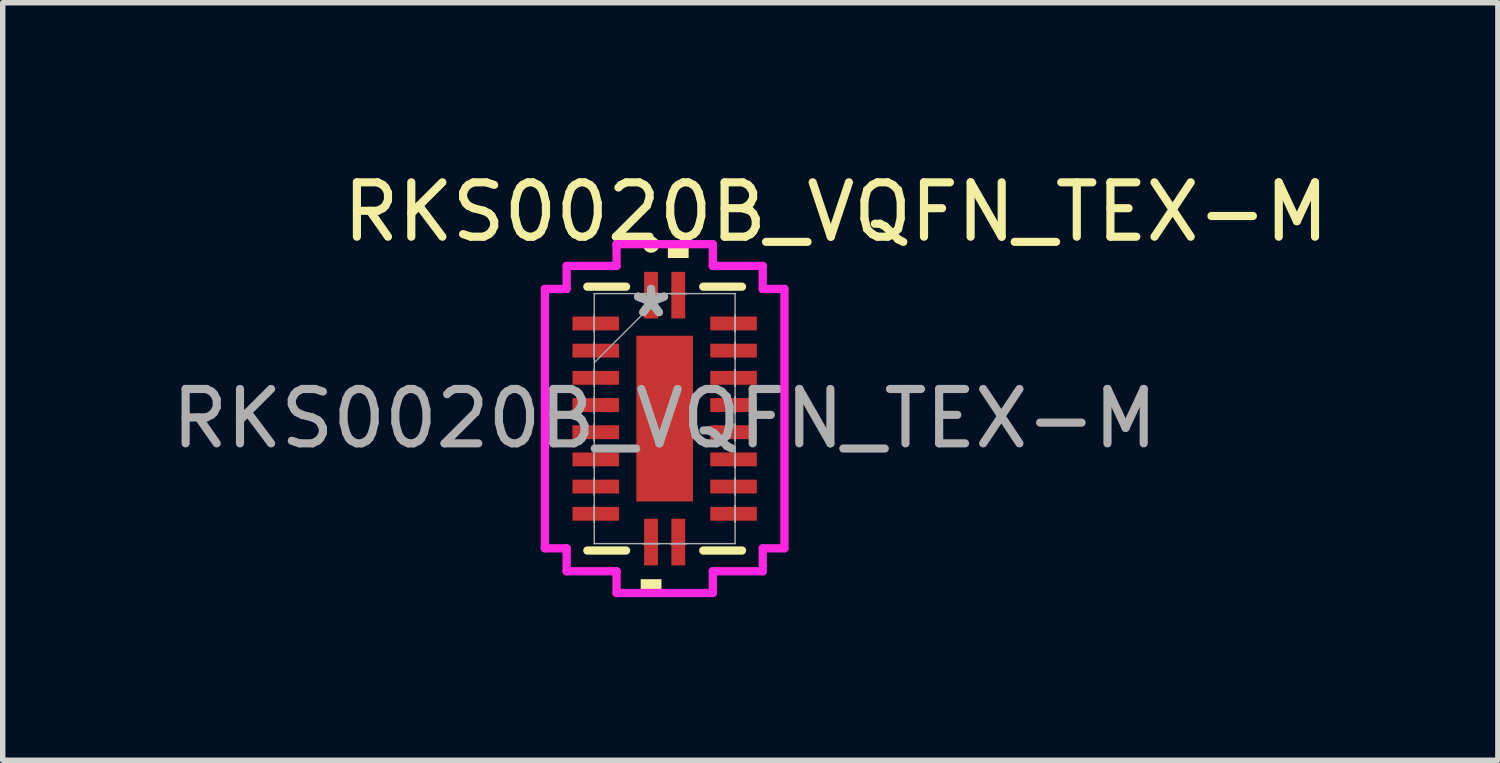
<source format=kicad_pcb>
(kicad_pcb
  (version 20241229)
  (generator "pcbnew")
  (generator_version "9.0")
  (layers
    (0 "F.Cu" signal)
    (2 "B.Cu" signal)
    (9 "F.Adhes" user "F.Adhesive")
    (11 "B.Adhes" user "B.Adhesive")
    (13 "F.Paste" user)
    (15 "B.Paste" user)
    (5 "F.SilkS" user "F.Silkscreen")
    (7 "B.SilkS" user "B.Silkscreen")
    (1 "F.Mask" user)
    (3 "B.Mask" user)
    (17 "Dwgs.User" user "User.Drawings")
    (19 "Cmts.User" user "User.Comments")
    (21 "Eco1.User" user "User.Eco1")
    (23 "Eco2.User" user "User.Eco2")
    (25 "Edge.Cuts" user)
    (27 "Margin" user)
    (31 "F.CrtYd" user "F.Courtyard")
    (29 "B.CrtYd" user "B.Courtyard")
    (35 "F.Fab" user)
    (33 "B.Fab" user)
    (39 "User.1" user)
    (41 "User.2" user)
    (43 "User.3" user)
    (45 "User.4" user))
  (footprint "RKS0020B_VQFN_TEX-M"
    (layer "F.Cu")
    (at 9.173 4.648)
    (property "Reference" "RKS0020B_VQFN_TEX-M" (at 3.15 -3.8 0) (unlocked yes) (layer "F.SilkS") (effects (font (size 1 1) (thickness 0.15))))
    (attr smd)
    (fp_line (start -1.422 2.426) (end -0.71 2.426) (stroke (width 0.152) (type solid)) (layer "F.SilkS"))
    (fp_line (start -0.71 -2.426) (end -1.422 -2.426) (stroke (width 0.152) (type solid)) (layer "F.SilkS"))
    (fp_line (start 0.71 2.426) (end 1.422 2.426) (stroke (width 0.152) (type solid)) (layer "F.SilkS"))
    (fp_line (start 1.422 -2.426) (end 0.71 -2.426) (stroke (width 0.152) (type solid)) (layer "F.SilkS"))
    (fp_circle (center -0.25 -3.2) (end -0.15 -3.2) (stroke (width 0.1) (type solid)) (fill yes) (layer "F.SilkS"))
    (fp_poly (pts (xy -0.441 2.953) (xy -0.441 3.207) (xy -0.059 3.207) (xy -0.059 2.953)) (stroke (width 0) (type solid)) (fill yes) (layer "F.SilkS"))
    (fp_poly (pts (xy 0.059 -2.953) (xy 0.059 -3.207) (xy 0.441 -3.207) (xy 0.441 -2.953)) (stroke (width 0) (type solid)) (fill yes) (layer "F.SilkS"))
    (fp_poly (pts (xy -0.421 -1.424) (xy -0.421 -0.1) (xy 0.421 -0.1) (xy 0.421 -1.424)) (stroke (width 0) (type solid)) (fill yes) (layer "F.Paste"))
    (fp_poly (pts (xy -0.421 0.1) (xy -0.421 1.424) (xy 0.421 1.424) (xy 0.421 0.1)) (stroke (width 0) (type solid)) (fill yes) (layer "F.Paste"))
    (fp_line (start -2.203 -2.385) (end -1.803 -2.385) (stroke (width 0.152) (type solid)) (layer "F.CrtYd"))
    (fp_line (start -2.203 2.385) (end -2.203 -2.385) (stroke (width 0.152) (type solid)) (layer "F.CrtYd"))
    (fp_line (start -1.803 -2.807) (end -0.885 -2.807) (stroke (width 0.152) (type solid)) (layer "F.CrtYd"))
    (fp_line (start -1.803 -2.385) (end -1.803 -2.807) (stroke (width 0.152) (type solid)) (layer "F.CrtYd"))
    (fp_line (start -1.803 2.385) (end -2.203 2.385) (stroke (width 0.152) (type solid)) (layer "F.CrtYd"))
    (fp_line (start -1.803 2.807) (end -1.803 2.385) (stroke (width 0.152) (type solid)) (layer "F.CrtYd"))
    (fp_line (start -0.885 -3.207) (end 0.885 -3.207) (stroke (width 0.152) (type solid)) (layer "F.CrtYd"))
    (fp_line (start -0.885 -2.807) (end -0.885 -3.207) (stroke (width 0.152) (type solid)) (layer "F.CrtYd"))
    (fp_line (start -0.885 2.807) (end -1.803 2.807) (stroke (width 0.152) (type solid)) (layer "F.CrtYd"))
    (fp_line (start -0.885 3.207) (end -0.885 2.807) (stroke (width 0.152) (type solid)) (layer "F.CrtYd"))
    (fp_line (start 0.885 -3.207) (end 0.885 -2.807) (stroke (width 0.152) (type solid)) (layer "F.CrtYd"))
    (fp_line (start 0.885 -2.807) (end 1.803 -2.807) (stroke (width 0.152) (type solid)) (layer "F.CrtYd"))
    (fp_line (start 0.885 2.807) (end 0.885 3.207) (stroke (width 0.152) (type solid)) (layer "F.CrtYd"))
    (fp_line (start 0.885 3.207) (end -0.885 3.207) (stroke (width 0.152) (type solid)) (layer "F.CrtYd"))
    (fp_line (start 1.803 -2.807) (end 1.803 -2.385) (stroke (width 0.152) (type solid)) (layer "F.CrtYd"))
    (fp_line (start 1.803 -2.385) (end 2.203 -2.385) (stroke (width 0.152) (type solid)) (layer "F.CrtYd"))
    (fp_line (start 1.803 2.385) (end 1.803 2.807) (stroke (width 0.152) (type solid)) (layer "F.CrtYd"))
    (fp_line (start 1.803 2.807) (end 0.885 2.807) (stroke (width 0.152) (type solid)) (layer "F.CrtYd"))
    (fp_line (start 2.203 -2.385) (end 2.203 2.385) (stroke (width 0.152) (type solid)) (layer "F.CrtYd"))
    (fp_line (start 2.203 2.385) (end 1.803 2.385) (stroke (width 0.152) (type solid)) (layer "F.CrtYd"))
    (fp_line (start -1.295 -2.299) (end -1.295 -2.299) (stroke (width 0.025) (type solid)) (layer "F.Fab"))
    (fp_line (start -1.295 -2.299) (end -1.295 2.299) (stroke (width 0.025) (type solid)) (layer "F.Fab"))
    (fp_line (start -1.295 -1.902) (end -1.295 -1.902) (stroke (width 0.025) (type solid)) (layer "F.Fab"))
    (fp_line (start -1.295 -1.902) (end -1.295 -1.598) (stroke (width 0.025) (type solid)) (layer "F.Fab"))
    (fp_line (start -1.295 -1.598) (end -1.295 -1.902) (stroke (width 0.025) (type solid)) (layer "F.Fab"))
    (fp_line (start -1.295 -1.598) (end -1.295 -1.598) (stroke (width 0.025) (type solid)) (layer "F.Fab"))
    (fp_line (start -1.295 -1.402) (end -1.295 -1.402) (stroke (width 0.025) (type solid)) (layer "F.Fab"))
    (fp_line (start -1.295 -1.402) (end -1.295 -1.098) (stroke (width 0.025) (type solid)) (layer "F.Fab"))
    (fp_line (start -1.295 -1.098) (end -1.295 -1.402) (stroke (width 0.025) (type solid)) (layer "F.Fab"))
    (fp_line (start -1.295 -1.098) (end -1.295 -1.098) (stroke (width 0.025) (type solid)) (layer "F.Fab"))
    (fp_line (start -1.295 -1.029) (end -0.025 -2.299) (stroke (width 0.025) (type solid)) (layer "F.Fab"))
    (fp_line (start -1.295 -0.902) (end -1.295 -0.902) (stroke (width 0.025) (type solid)) (layer "F.Fab"))
    (fp_line (start -1.295 -0.902) (end -1.295 -0.598) (stroke (width 0.025) (type solid)) (layer "F.Fab"))
    (fp_line (start -1.295 -0.598) (end -1.295 -0.902) (stroke (width 0.025) (type solid)) (layer "F.Fab"))
    (fp_line (start -1.295 -0.598) (end -1.295 -0.598) (stroke (width 0.025) (type solid)) (layer "F.Fab"))
    (fp_line (start -1.295 -0.402) (end -1.295 -0.402) (stroke (width 0.025) (type solid)) (layer "F.Fab"))
    (fp_line (start -1.295 -0.402) (end -1.295 -0.098) (stroke (width 0.025) (type solid)) (layer "F.Fab"))
    (fp_line (start -1.295 -0.098) (end -1.295 -0.402) (stroke (width 0.025) (type solid)) (layer "F.Fab"))
    (fp_line (start -1.295 -0.098) (end -1.295 -0.098) (stroke (width 0.025) (type solid)) (layer "F.Fab"))
    (fp_line (start -1.295 0.098) (end -1.295 0.098) (stroke (width 0.025) (type solid)) (layer "F.Fab"))
    (fp_line (start -1.295 0.098) (end -1.295 0.402) (stroke (width 0.025) (type solid)) (layer "F.Fab"))
    (fp_line (start -1.295 0.402) (end -1.295 0.098) (stroke (width 0.025) (type solid)) (layer "F.Fab"))
    (fp_line (start -1.295 0.402) (end -1.295 0.402) (stroke (width 0.025) (type solid)) (layer "F.Fab"))
    (fp_line (start -1.295 0.598) (end -1.295 0.598) (stroke (width 0.025) (type solid)) (layer "F.Fab"))
    (fp_line (start -1.295 0.598) (end -1.295 0.902) (stroke (width 0.025) (type solid)) (layer "F.Fab"))
    (fp_line (start -1.295 0.902) (end -1.295 0.598) (stroke (width 0.025) (type solid)) (layer "F.Fab"))
    (fp_line (start -1.295 0.902) (end -1.295 0.902) (stroke (width 0.025) (type solid)) (layer "F.Fab"))
    (fp_line (start -1.295 1.098) (end -1.295 1.098) (stroke (width 0.025) (type solid)) (layer "F.Fab"))
    (fp_line (start -1.295 1.098) (end -1.295 1.402) (stroke (width 0.025) (type solid)) (layer "F.Fab"))
    (fp_line (start -1.295 1.402) (end -1.295 1.098) (stroke (width 0.025) (type solid)) (layer "F.Fab"))
    (fp_line (start -1.295 1.402) (end -1.295 1.402) (stroke (width 0.025) (type solid)) (layer "F.Fab"))
    (fp_line (start -1.295 1.598) (end -1.295 1.598) (stroke (width 0.025) (type solid)) (layer "F.Fab"))
    (fp_line (start -1.295 1.598) (end -1.295 1.902) (stroke (width 0.025) (type solid)) (layer "F.Fab"))
    (fp_line (start -1.295 1.902) (end -1.295 1.598) (stroke (width 0.025) (type solid)) (layer "F.Fab"))
    (fp_line (start -1.295 1.902) (end -1.295 1.902) (stroke (width 0.025) (type solid)) (layer "F.Fab"))
    (fp_line (start -1.295 2.299) (end -1.295 2.299) (stroke (width 0.025) (type solid)) (layer "F.Fab"))
    (fp_line (start -1.295 2.299) (end 1.295 2.299) (stroke (width 0.025) (type solid)) (layer "F.Fab"))
    (fp_line (start -0.402 -2.299) (end -0.402 -2.299) (stroke (width 0.025) (type solid)) (layer "F.Fab"))
    (fp_line (start -0.402 -2.299) (end -0.098 -2.299) (stroke (width 0.025) (type solid)) (layer "F.Fab"))
    (fp_line (start -0.402 2.299) (end -0.402 2.299) (stroke (width 0.025) (type solid)) (layer "F.Fab"))
    (fp_line (start -0.402 2.299) (end -0.098 2.299) (stroke (width 0.025) (type solid)) (layer "F.Fab"))
    (fp_line (start -0.098 -2.299) (end -0.402 -2.299) (stroke (width 0.025) (type solid)) (layer "F.Fab"))
    (fp_line (start -0.098 -2.299) (end -0.098 -2.299) (stroke (width 0.025) (type solid)) (layer "F.Fab"))
    (fp_line (start -0.098 2.299) (end -0.402 2.299) (stroke (width 0.025) (type solid)) (layer "F.Fab"))
    (fp_line (start -0.098 2.299) (end -0.098 2.299) (stroke (width 0.025) (type solid)) (layer "F.Fab"))
    (fp_line (start 0.098 -2.299) (end 0.098 -2.299) (stroke (width 0.025) (type solid)) (layer "F.Fab"))
    (fp_line (start 0.098 -2.299) (end 0.402 -2.299) (stroke (width 0.025) (type solid)) (layer "F.Fab"))
    (fp_line (start 0.098 2.299) (end 0.098 2.299) (stroke (width 0.025) (type solid)) (layer "F.Fab"))
    (fp_line (start 0.098 2.299) (end 0.402 2.299) (stroke (width 0.025) (type solid)) (layer "F.Fab"))
    (fp_line (start 0.402 -2.299) (end 0.098 -2.299) (stroke (width 0.025) (type solid)) (layer "F.Fab"))
    (fp_line (start 0.402 -2.299) (end 0.402 -2.299) (stroke (width 0.025) (type solid)) (layer "F.Fab"))
    (fp_line (start 0.402 2.299) (end 0.098 2.299) (stroke (width 0.025) (type solid)) (layer "F.Fab"))
    (fp_line (start 0.402 2.299) (end 0.402 2.299) (stroke (width 0.025) (type solid)) (layer "F.Fab"))
    (fp_line (start 1.295 -2.299) (end -1.295 -2.299) (stroke (width 0.025) (type solid)) (layer "F.Fab"))
    (fp_line (start 1.295 -2.299) (end 1.295 -2.299) (stroke (width 0.025) (type solid)) (layer "F.Fab"))
    (fp_line (start 1.295 -1.902) (end 1.295 -1.902) (stroke (width 0.025) (type solid)) (layer "F.Fab"))
    (fp_line (start 1.295 -1.902) (end 1.295 -1.598) (stroke (width 0.025) (type solid)) (layer "F.Fab"))
    (fp_line (start 1.295 -1.598) (end 1.295 -1.902) (stroke (width 0.025) (type solid)) (layer "F.Fab"))
    (fp_line (start 1.295 -1.598) (end 1.295 -1.598) (stroke (width 0.025) (type solid)) (layer "F.Fab"))
    (fp_line (start 1.295 -1.402) (end 1.295 -1.402) (stroke (width 0.025) (type solid)) (layer "F.Fab"))
    (fp_line (start 1.295 -1.402) (end 1.295 -1.098) (stroke (width 0.025) (type solid)) (layer "F.Fab"))
    (fp_line (start 1.295 -1.098) (end 1.295 -1.402) (stroke (width 0.025) (type solid)) (layer "F.Fab"))
    (fp_line (start 1.295 -1.098) (end 1.295 -1.098) (stroke (width 0.025) (type solid)) (layer "F.Fab"))
    (fp_line (start 1.295 -0.902) (end 1.295 -0.902) (stroke (width 0.025) (type solid)) (layer "F.Fab"))
    (fp_line (start 1.295 -0.902) (end 1.295 -0.598) (stroke (width 0.025) (type solid)) (layer "F.Fab"))
    (fp_line (start 1.295 -0.598) (end 1.295 -0.902) (stroke (width 0.025) (type solid)) (layer "F.Fab"))
    (fp_line (start 1.295 -0.598) (end 1.295 -0.598) (stroke (width 0.025) (type solid)) (layer "F.Fab"))
    (fp_line (start 1.295 -0.402) (end 1.295 -0.402) (stroke (width 0.025) (type solid)) (layer "F.Fab"))
    (fp_line (start 1.295 -0.402) (end 1.295 -0.098) (stroke (width 0.025) (type solid)) (layer "F.Fab"))
    (fp_line (start 1.295 -0.098) (end 1.295 -0.402) (stroke (width 0.025) (type solid)) (layer "F.Fab"))
    (fp_line (start 1.295 -0.098) (end 1.295 -0.098) (stroke (width 0.025) (type solid)) (layer "F.Fab"))
    (fp_line (start 1.295 0.098) (end 1.295 0.098) (stroke (width 0.025) (type solid)) (layer "F.Fab"))
    (fp_line (start 1.295 0.098) (end 1.295 0.402) (stroke (width 0.025) (type solid)) (layer "F.Fab"))
    (fp_line (start 1.295 0.402) (end 1.295 0.098) (stroke (width 0.025) (type solid)) (layer "F.Fab"))
    (fp_line (start 1.295 0.402) (end 1.295 0.402) (stroke (width 0.025) (type solid)) (layer "F.Fab"))
    (fp_line (start 1.295 0.598) (end 1.295 0.598) (stroke (width 0.025) (type solid)) (layer "F.Fab"))
    (fp_line (start 1.295 0.598) (end 1.295 0.902) (stroke (width 0.025) (type solid)) (layer "F.Fab"))
    (fp_line (start 1.295 0.902) (end 1.295 0.598) (stroke (width 0.025) (type solid)) (layer "F.Fab"))
    (fp_line (start 1.295 0.902) (end 1.295 0.902) (stroke (width 0.025) (type solid)) (layer "F.Fab"))
    (fp_line (start 1.295 1.098) (end 1.295 1.098) (stroke (width 0.025) (type solid)) (layer "F.Fab"))
    (fp_line (start 1.295 1.098) (end 1.295 1.402) (stroke (width 0.025) (type solid)) (layer "F.Fab"))
    (fp_line (start 1.295 1.402) (end 1.295 1.098) (stroke (width 0.025) (type solid)) (layer "F.Fab"))
    (fp_line (start 1.295 1.402) (end 1.295 1.402) (stroke (width 0.025) (type solid)) (layer "F.Fab"))
    (fp_line (start 1.295 1.598) (end 1.295 1.598) (stroke (width 0.025) (type solid)) (layer "F.Fab"))
    (fp_line (start 1.295 1.598) (end 1.295 1.902) (stroke (width 0.025) (type solid)) (layer "F.Fab"))
    (fp_line (start 1.295 1.902) (end 1.295 1.598) (stroke (width 0.025) (type solid)) (layer "F.Fab"))
    (fp_line (start 1.295 1.902) (end 1.295 1.902) (stroke (width 0.025) (type solid)) (layer "F.Fab"))
    (fp_line (start 1.295 2.299) (end 1.295 -2.299) (stroke (width 0.025) (type solid)) (layer "F.Fab"))
    (fp_line (start 1.295 2.299) (end 1.295 2.299) (stroke (width 0.025) (type solid)) (layer "F.Fab"))
    (fp_text user "*" (at -0.25 -1.841 0) (layer "F.Fab") (effects (font (size 1 1) (thickness 0.15))))
    (fp_text user "*" (at -0.25 -1.841 0) (unlocked yes) (layer "F.Fab") (effects (font (size 1 1) (thickness 0.15))))
    (fp_text user "${REFERENCE}" (at 0 0 0) (unlocked yes) (layer "F.Fab") (effects (font (size 1 1) (thickness 0.15))))
    (pad "1" smd rect (at -0.25 -2.27) (size 0.255 0.857) (layers "F.Cu" "F.Mask" "F.Paste"))
    (pad "2" smd rect (at -1.267 -1.75 90) (size 0.255 0.857) (layers "F.Cu" "F.Mask" "F.Paste"))
    (pad "3" smd rect (at -1.267 -1.25 90) (size 0.255 0.857) (layers "F.Cu" "F.Mask" "F.Paste"))
    (pad "4" smd rect (at -1.267 -0.75 90) (size 0.255 0.857) (layers "F.Cu" "F.Mask" "F.Paste"))
    (pad "5" smd rect (at -1.267 -0.25 90) (size 0.255 0.857) (layers "F.Cu" "F.Mask" "F.Paste"))
    (pad "6" smd rect (at -1.267 0.25 90) (size 0.255 0.857) (layers "F.Cu" "F.Mask" "F.Paste"))
    (pad "7" smd rect (at -1.267 0.75 90) (size 0.255 0.857) (layers "F.Cu" "F.Mask" "F.Paste"))
    (pad "8" smd rect (at -1.267 1.25 90) (size 0.255 0.857) (layers "F.Cu" "F.Mask" "F.Paste"))
    (pad "9" smd rect (at -1.267 1.75 90) (size 0.255 0.857) (layers "F.Cu" "F.Mask" "F.Paste"))
    (pad "10" smd rect (at -0.25 2.27) (size 0.255 0.857) (layers "F.Cu" "F.Mask" "F.Paste"))
    (pad "11" smd rect (at 0.25 2.27) (size 0.255 0.857) (layers "F.Cu" "F.Mask" "F.Paste"))
    (pad "12" smd rect (at 1.267 1.75 90) (size 0.255 0.857) (layers "F.Cu" "F.Mask" "F.Paste"))
    (pad "13" smd rect (at 1.267 1.25 90) (size 0.255 0.857) (layers "F.Cu" "F.Mask" "F.Paste"))
    (pad "14" smd rect (at 1.267 0.75 90) (size 0.255 0.857) (layers "F.Cu" "F.Mask" "F.Paste"))
    (pad "15" smd rect (at 1.267 0.25 90) (size 0.255 0.857) (layers "F.Cu" "F.Mask" "F.Paste"))
    (pad "16" smd rect (at 1.267 -0.25 90) (size 0.255 0.857) (layers "F.Cu" "F.Mask" "F.Paste"))
    (pad "17" smd rect (at 1.267 -0.75 90) (size 0.255 0.857) (layers "F.Cu" "F.Mask" "F.Paste"))
    (pad "18" smd rect (at 1.267 -1.25 90) (size 0.255 0.857) (layers "F.Cu" "F.Mask" "F.Paste"))
    (pad "19" smd rect (at 1.267 -1.75 90) (size 0.255 0.857) (layers "F.Cu" "F.Mask" "F.Paste"))
    (pad "20" smd rect (at 0.25 -2.27) (size 0.255 0.857) (layers "F.Cu" "F.Mask" "F.Paste"))
    (pad "21" smd rect (at 0 0) (size 1.041 3.048) (layers "F.Cu" "F.Mask" "F.Paste")))
  (gr_rect
    (start -3 -3)
    (end 24.495 10.931)
    (stroke (width 0.1) (type default))
    (fill no)
    (layer "Edge.Cuts")))
</source>
